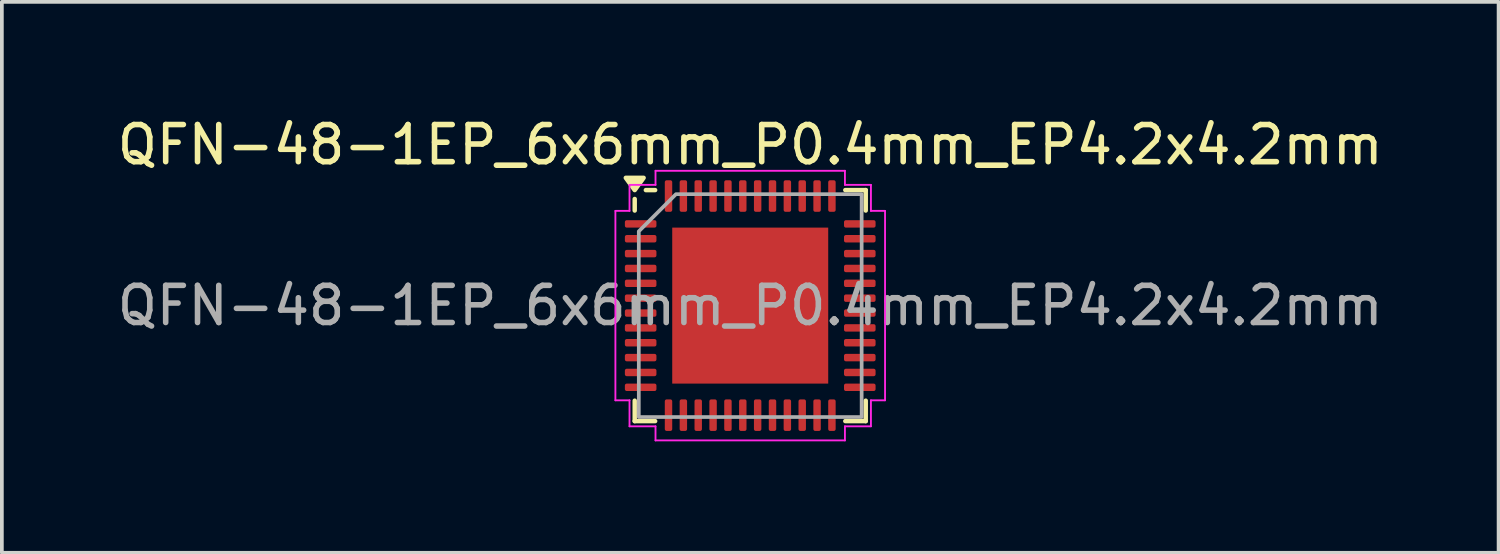
<source format=kicad_pcb>
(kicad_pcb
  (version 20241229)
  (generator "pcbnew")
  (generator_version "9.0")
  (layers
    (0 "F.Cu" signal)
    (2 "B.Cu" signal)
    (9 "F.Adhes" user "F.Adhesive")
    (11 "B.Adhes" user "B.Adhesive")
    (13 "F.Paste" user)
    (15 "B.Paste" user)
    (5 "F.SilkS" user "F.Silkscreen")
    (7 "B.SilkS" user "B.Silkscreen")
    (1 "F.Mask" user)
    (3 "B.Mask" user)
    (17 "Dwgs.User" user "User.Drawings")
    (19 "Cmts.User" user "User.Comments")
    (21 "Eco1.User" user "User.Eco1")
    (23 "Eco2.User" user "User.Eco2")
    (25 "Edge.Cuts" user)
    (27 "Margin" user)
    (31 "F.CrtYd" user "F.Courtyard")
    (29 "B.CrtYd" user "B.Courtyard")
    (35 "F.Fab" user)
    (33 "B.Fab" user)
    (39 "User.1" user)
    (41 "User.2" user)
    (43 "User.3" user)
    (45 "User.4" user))
  (footprint "QFN-48-1EP_6x6mm_P0.4mm_EP4.2x4.2mm"
    (layer "F.Cu")
    (at 17.149 5.178)
    (property "Reference" "QFN-48-1EP_6x6mm_P0.4mm_EP4.2x4.2mm" (at 0 -4.33 0) (layer "F.SilkS") (effects (font (size 1 1) (thickness 0.15))))
    (attr smd)
    (fp_line (start -3.11 -2.56) (end -3.11 -2.87) (stroke (width 0.12) (type solid)) (layer "F.SilkS"))
    (fp_line (start -3.11 3.11) (end -3.11 2.56) (stroke (width 0.12) (type solid)) (layer "F.SilkS"))
    (fp_line (start -2.56 -3.11) (end -2.81 -3.11) (stroke (width 0.12) (type solid)) (layer "F.SilkS"))
    (fp_line (start -2.56 3.11) (end -3.11 3.11) (stroke (width 0.12) (type solid)) (layer "F.SilkS"))
    (fp_line (start 2.56 -3.11) (end 3.11 -3.11) (stroke (width 0.12) (type solid)) (layer "F.SilkS"))
    (fp_line (start 2.56 3.11) (end 3.11 3.11) (stroke (width 0.12) (type solid)) (layer "F.SilkS"))
    (fp_line (start 3.11 -3.11) (end 3.11 -2.56) (stroke (width 0.12) (type solid)) (layer "F.SilkS"))
    (fp_line (start 3.11 3.11) (end 3.11 2.56) (stroke (width 0.12) (type solid)) (layer "F.SilkS"))
    (fp_poly (pts (xy -3.11 -3.11) (xy -3.35 -3.44) (xy -2.87 -3.44)) (stroke (width 0.12) (type solid)) (fill yes) (layer "F.SilkS"))
    (fp_line (start -3.63 -2.55) (end -3.25 -2.55) (stroke (width 0.05) (type solid)) (layer "F.CrtYd"))
    (fp_line (start -3.63 2.55) (end -3.63 -2.55) (stroke (width 0.05) (type solid)) (layer "F.CrtYd"))
    (fp_line (start -3.25 -3.25) (end -2.55 -3.25) (stroke (width 0.05) (type solid)) (layer "F.CrtYd"))
    (fp_line (start -3.25 -2.55) (end -3.25 -3.25) (stroke (width 0.05) (type solid)) (layer "F.CrtYd"))
    (fp_line (start -3.25 2.55) (end -3.63 2.55) (stroke (width 0.05) (type solid)) (layer "F.CrtYd"))
    (fp_line (start -3.25 3.25) (end -3.25 2.55) (stroke (width 0.05) (type solid)) (layer "F.CrtYd"))
    (fp_line (start -2.55 -3.63) (end 2.55 -3.63) (stroke (width 0.05) (type solid)) (layer "F.CrtYd"))
    (fp_line (start -2.55 -3.25) (end -2.55 -3.63) (stroke (width 0.05) (type solid)) (layer "F.CrtYd"))
    (fp_line (start -2.55 3.25) (end -3.25 3.25) (stroke (width 0.05) (type solid)) (layer "F.CrtYd"))
    (fp_line (start -2.55 3.63) (end -2.55 3.25) (stroke (width 0.05) (type solid)) (layer "F.CrtYd"))
    (fp_line (start 2.55 -3.63) (end 2.55 -3.25) (stroke (width 0.05) (type solid)) (layer "F.CrtYd"))
    (fp_line (start 2.55 -3.25) (end 3.25 -3.25) (stroke (width 0.05) (type solid)) (layer "F.CrtYd"))
    (fp_line (start 2.55 3.25) (end 2.55 3.63) (stroke (width 0.05) (type solid)) (layer "F.CrtYd"))
    (fp_line (start 2.55 3.63) (end -2.55 3.63) (stroke (width 0.05) (type solid)) (layer "F.CrtYd"))
    (fp_line (start 3.25 -3.25) (end 3.25 -2.55) (stroke (width 0.05) (type solid)) (layer "F.CrtYd"))
    (fp_line (start 3.25 -2.55) (end 3.63 -2.55) (stroke (width 0.05) (type solid)) (layer "F.CrtYd"))
    (fp_line (start 3.25 2.55) (end 3.25 3.25) (stroke (width 0.05) (type solid)) (layer "F.CrtYd"))
    (fp_line (start 3.25 3.25) (end 2.55 3.25) (stroke (width 0.05) (type solid)) (layer "F.CrtYd"))
    (fp_line (start 3.63 -2.55) (end 3.63 2.55) (stroke (width 0.05) (type solid)) (layer "F.CrtYd"))
    (fp_line (start 3.63 2.55) (end 3.25 2.55) (stroke (width 0.05) (type solid)) (layer "F.CrtYd"))
    (fp_poly (pts (xy -3 -2) (xy -3 3) (xy 3 3) (xy 3 -3) (xy -2 -3)) (stroke (width 0.1) (type solid)) (fill no) (layer "F.Fab"))
    (fp_text user "${REFERENCE}" (at 0 0 0) (layer "F.Fab") (effects (font (size 1 1) (thickness 0.15))))
    (pad "" smd roundrect (at -1.4 -1.4) (size 1.13 1.13) (layers "F.Paste") (roundrect_rratio 0.221))
    (pad "" smd roundrect (at -1.4 0) (size 1.13 1.13) (layers "F.Paste") (roundrect_rratio 0.221))
    (pad "" smd roundrect (at -1.4 1.4) (size 1.13 1.13) (layers "F.Paste") (roundrect_rratio 0.221))
    (pad "" smd roundrect (at 0 -1.4) (size 1.13 1.13) (layers "F.Paste") (roundrect_rratio 0.221))
    (pad "" smd roundrect (at 0 0) (size 1.13 1.13) (layers "F.Paste") (roundrect_rratio 0.221))
    (pad "" smd roundrect (at 0 1.4) (size 1.13 1.13) (layers "F.Paste") (roundrect_rratio 0.221))
    (pad "" smd roundrect (at 1.4 -1.4) (size 1.13 1.13) (layers "F.Paste") (roundrect_rratio 0.221))
    (pad "" smd roundrect (at 1.4 0) (size 1.13 1.13) (layers "F.Paste") (roundrect_rratio 0.221))
    (pad "" smd roundrect (at 1.4 1.4) (size 1.13 1.13) (layers "F.Paste") (roundrect_rratio 0.221))
    (pad "1" smd roundrect (at -2.95 -2.2) (size 0.85 0.2) (layers "F.Cu" "F.Mask" "F.Paste") (roundrect_rratio 0.25))
    (pad "2" smd roundrect (at -2.95 -1.8) (size 0.85 0.2) (layers "F.Cu" "F.Mask" "F.Paste") (roundrect_rratio 0.25))
    (pad "3" smd roundrect (at -2.95 -1.4) (size 0.85 0.2) (layers "F.Cu" "F.Mask" "F.Paste") (roundrect_rratio 0.25))
    (pad "4" smd roundrect (at -2.95 -1) (size 0.85 0.2) (layers "F.Cu" "F.Mask" "F.Paste") (roundrect_rratio 0.25))
    (pad "5" smd roundrect (at -2.95 -0.6) (size 0.85 0.2) (layers "F.Cu" "F.Mask" "F.Paste") (roundrect_rratio 0.25))
    (pad "6" smd roundrect (at -2.95 -0.2) (size 0.85 0.2) (layers "F.Cu" "F.Mask" "F.Paste") (roundrect_rratio 0.25))
    (pad "7" smd roundrect (at -2.95 0.2) (size 0.85 0.2) (layers "F.Cu" "F.Mask" "F.Paste") (roundrect_rratio 0.25))
    (pad "8" smd roundrect (at -2.95 0.6) (size 0.85 0.2) (layers "F.Cu" "F.Mask" "F.Paste") (roundrect_rratio 0.25))
    (pad "9" smd roundrect (at -2.95 1) (size 0.85 0.2) (layers "F.Cu" "F.Mask" "F.Paste") (roundrect_rratio 0.25))
    (pad "10" smd roundrect (at -2.95 1.4) (size 0.85 0.2) (layers "F.Cu" "F.Mask" "F.Paste") (roundrect_rratio 0.25))
    (pad "11" smd roundrect (at -2.95 1.8) (size 0.85 0.2) (layers "F.Cu" "F.Mask" "F.Paste") (roundrect_rratio 0.25))
    (pad "12" smd roundrect (at -2.95 2.2) (size 0.85 0.2) (layers "F.Cu" "F.Mask" "F.Paste") (roundrect_rratio 0.25))
    (pad "13" smd roundrect (at -2.2 2.95) (size 0.2 0.85) (layers "F.Cu" "F.Mask" "F.Paste") (roundrect_rratio 0.25))
    (pad "14" smd roundrect (at -1.8 2.95) (size 0.2 0.85) (layers "F.Cu" "F.Mask" "F.Paste") (roundrect_rratio 0.25))
    (pad "15" smd roundrect (at -1.4 2.95) (size 0.2 0.85) (layers "F.Cu" "F.Mask" "F.Paste") (roundrect_rratio 0.25))
    (pad "16" smd roundrect (at -1 2.95) (size 0.2 0.85) (layers "F.Cu" "F.Mask" "F.Paste") (roundrect_rratio 0.25))
    (pad "17" smd roundrect (at -0.6 2.95) (size 0.2 0.85) (layers "F.Cu" "F.Mask" "F.Paste") (roundrect_rratio 0.25))
    (pad "18" smd roundrect (at -0.2 2.95) (size 0.2 0.85) (layers "F.Cu" "F.Mask" "F.Paste") (roundrect_rratio 0.25))
    (pad "19" smd roundrect (at 0.2 2.95) (size 0.2 0.85) (layers "F.Cu" "F.Mask" "F.Paste") (roundrect_rratio 0.25))
    (pad "20" smd roundrect (at 0.6 2.95) (size 0.2 0.85) (layers "F.Cu" "F.Mask" "F.Paste") (roundrect_rratio 0.25))
    (pad "21" smd roundrect (at 1 2.95) (size 0.2 0.85) (layers "F.Cu" "F.Mask" "F.Paste") (roundrect_rratio 0.25))
    (pad "22" smd roundrect (at 1.4 2.95) (size 0.2 0.85) (layers "F.Cu" "F.Mask" "F.Paste") (roundrect_rratio 0.25))
    (pad "23" smd roundrect (at 1.8 2.95) (size 0.2 0.85) (layers "F.Cu" "F.Mask" "F.Paste") (roundrect_rratio 0.25))
    (pad "24" smd roundrect (at 2.2 2.95) (size 0.2 0.85) (layers "F.Cu" "F.Mask" "F.Paste") (roundrect_rratio 0.25))
    (pad "25" smd roundrect (at 2.95 2.2) (size 0.85 0.2) (layers "F.Cu" "F.Mask" "F.Paste") (roundrect_rratio 0.25))
    (pad "26" smd roundrect (at 2.95 1.8) (size 0.85 0.2) (layers "F.Cu" "F.Mask" "F.Paste") (roundrect_rratio 0.25))
    (pad "27" smd roundrect (at 2.95 1.4) (size 0.85 0.2) (layers "F.Cu" "F.Mask" "F.Paste") (roundrect_rratio 0.25))
    (pad "28" smd roundrect (at 2.95 1) (size 0.85 0.2) (layers "F.Cu" "F.Mask" "F.Paste") (roundrect_rratio 0.25))
    (pad "29" smd roundrect (at 2.95 0.6) (size 0.85 0.2) (layers "F.Cu" "F.Mask" "F.Paste") (roundrect_rratio 0.25))
    (pad "30" smd roundrect (at 2.95 0.2) (size 0.85 0.2) (layers "F.Cu" "F.Mask" "F.Paste") (roundrect_rratio 0.25))
    (pad "31" smd roundrect (at 2.95 -0.2) (size 0.85 0.2) (layers "F.Cu" "F.Mask" "F.Paste") (roundrect_rratio 0.25))
    (pad "32" smd roundrect (at 2.95 -0.6) (size 0.85 0.2) (layers "F.Cu" "F.Mask" "F.Paste") (roundrect_rratio 0.25))
    (pad "33" smd roundrect (at 2.95 -1) (size 0.85 0.2) (layers "F.Cu" "F.Mask" "F.Paste") (roundrect_rratio 0.25))
    (pad "34" smd roundrect (at 2.95 -1.4) (size 0.85 0.2) (layers "F.Cu" "F.Mask" "F.Paste") (roundrect_rratio 0.25))
    (pad "35" smd roundrect (at 2.95 -1.8) (size 0.85 0.2) (layers "F.Cu" "F.Mask" "F.Paste") (roundrect_rratio 0.25))
    (pad "36" smd roundrect (at 2.95 -2.2) (size 0.85 0.2) (layers "F.Cu" "F.Mask" "F.Paste") (roundrect_rratio 0.25))
    (pad "37" smd roundrect (at 2.2 -2.95) (size 0.2 0.85) (layers "F.Cu" "F.Mask" "F.Paste") (roundrect_rratio 0.25))
    (pad "38" smd roundrect (at 1.8 -2.95) (size 0.2 0.85) (layers "F.Cu" "F.Mask" "F.Paste") (roundrect_rratio 0.25))
    (pad "39" smd roundrect (at 1.4 -2.95) (size 0.2 0.85) (layers "F.Cu" "F.Mask" "F.Paste") (roundrect_rratio 0.25))
    (pad "40" smd roundrect (at 1 -2.95) (size 0.2 0.85) (layers "F.Cu" "F.Mask" "F.Paste") (roundrect_rratio 0.25))
    (pad "41" smd roundrect (at 0.6 -2.95) (size 0.2 0.85) (layers "F.Cu" "F.Mask" "F.Paste") (roundrect_rratio 0.25))
    (pad "42" smd roundrect (at 0.2 -2.95) (size 0.2 0.85) (layers "F.Cu" "F.Mask" "F.Paste") (roundrect_rratio 0.25))
    (pad "43" smd roundrect (at -0.2 -2.95) (size 0.2 0.85) (layers "F.Cu" "F.Mask" "F.Paste") (roundrect_rratio 0.25))
    (pad "44" smd roundrect (at -0.6 -2.95) (size 0.2 0.85) (layers "F.Cu" "F.Mask" "F.Paste") (roundrect_rratio 0.25))
    (pad "45" smd roundrect (at -1 -2.95) (size 0.2 0.85) (layers "F.Cu" "F.Mask" "F.Paste") (roundrect_rratio 0.25))
    (pad "46" smd roundrect (at -1.4 -2.95) (size 0.2 0.85) (layers "F.Cu" "F.Mask" "F.Paste") (roundrect_rratio 0.25))
    (pad "47" smd roundrect (at -1.8 -2.95) (size 0.2 0.85) (layers "F.Cu" "F.Mask" "F.Paste") (roundrect_rratio 0.25))
    (pad "48" smd roundrect (at -2.2 -2.95) (size 0.2 0.85) (layers "F.Cu" "F.Mask" "F.Paste") (roundrect_rratio 0.25))
    (pad "49" smd rect (at 0 0) (size 4.2 4.2) (property pad_prop_heatsink) (layers "F.Cu" "F.Mask")))
  (gr_rect
    (start -3 -3)
    (end 37.298 11.833)
    (stroke (width 0.1) (type default))
    (fill no)
    (layer "Edge.Cuts")))
</source>
